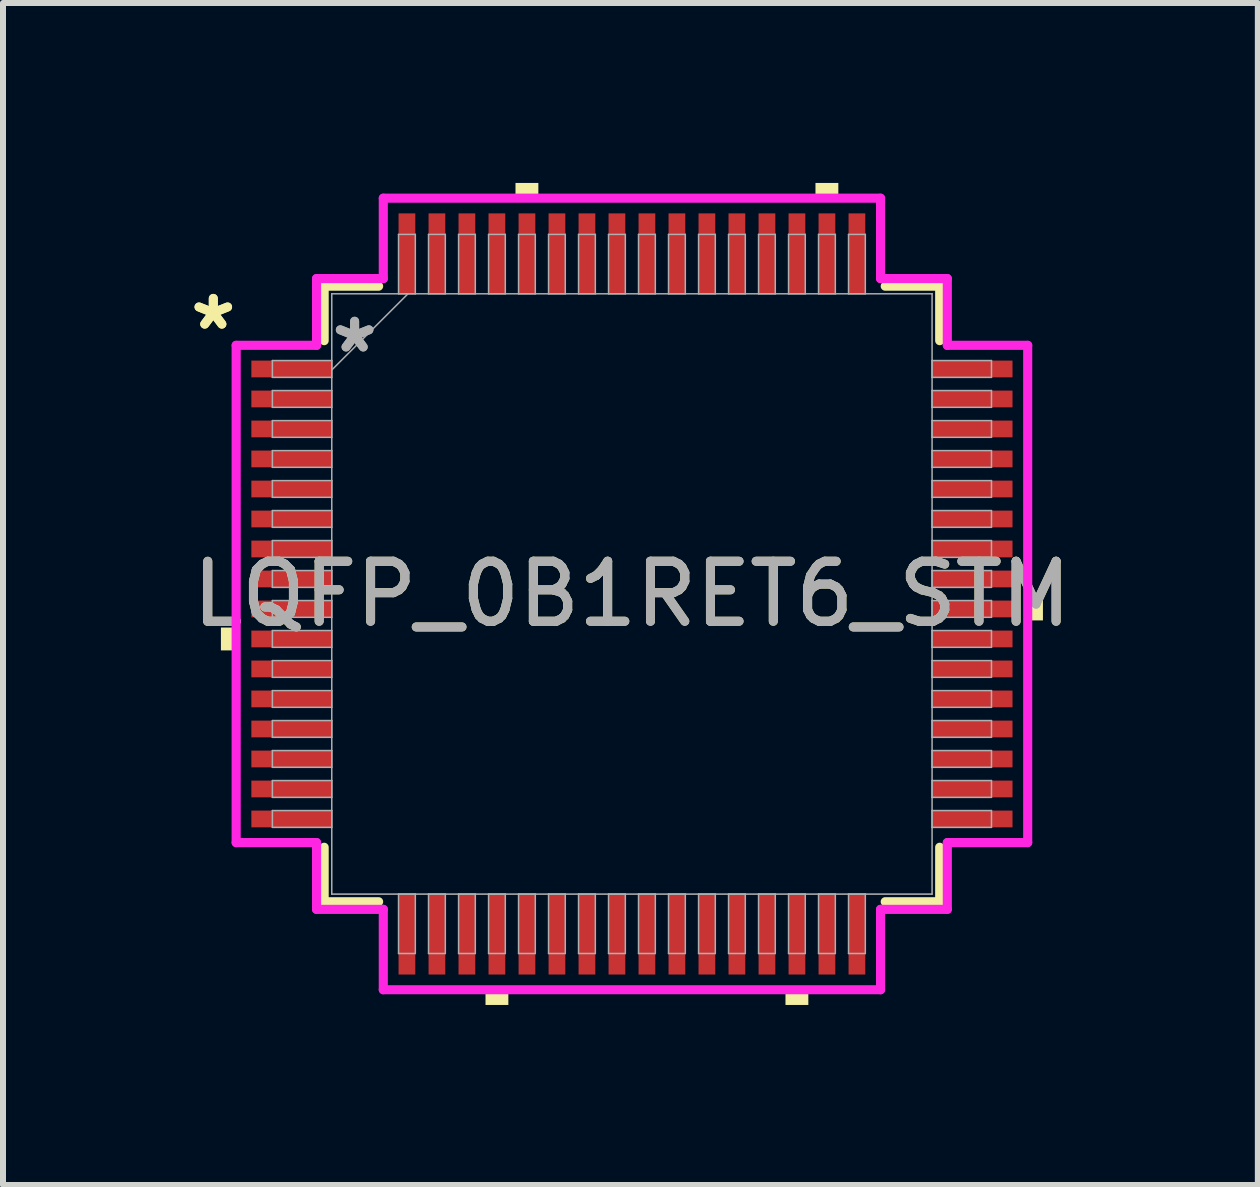
<source format=kicad_pcb>
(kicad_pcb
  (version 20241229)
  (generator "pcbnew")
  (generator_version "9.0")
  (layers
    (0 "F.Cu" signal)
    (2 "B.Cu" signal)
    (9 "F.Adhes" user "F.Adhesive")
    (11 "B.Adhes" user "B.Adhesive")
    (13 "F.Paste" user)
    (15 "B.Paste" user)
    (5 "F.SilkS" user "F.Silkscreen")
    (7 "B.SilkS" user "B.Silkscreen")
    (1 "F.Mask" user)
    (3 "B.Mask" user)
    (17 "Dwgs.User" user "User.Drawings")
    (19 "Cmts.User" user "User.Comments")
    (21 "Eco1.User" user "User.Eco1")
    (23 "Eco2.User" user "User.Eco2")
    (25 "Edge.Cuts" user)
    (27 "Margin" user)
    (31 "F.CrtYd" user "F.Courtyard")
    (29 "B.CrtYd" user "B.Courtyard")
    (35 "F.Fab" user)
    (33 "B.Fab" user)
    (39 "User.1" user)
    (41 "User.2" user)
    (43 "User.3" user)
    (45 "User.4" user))
  (footprint "LQFP_0B1RET6_STM"
    (layer "F.Cu")
    (at 7.485 6.852)
    (property "Reference" "LQFP_0B1RET6_STM" (at 0 0 0) (unlocked yes) (layer "F.SilkS") (effects (font (size 1 1) (thickness 0.15))))
    (attr smd)
    (fp_line (start -5.131 -5.131) (end -5.131 -4.223) (stroke (width 0.152) (type solid)) (layer "F.SilkS"))
    (fp_line (start -5.131 4.223) (end -5.131 5.131) (stroke (width 0.152) (type solid)) (layer "F.SilkS"))
    (fp_line (start -5.131 5.131) (end -4.223 5.131) (stroke (width 0.152) (type solid)) (layer "F.SilkS"))
    (fp_line (start -4.223 -5.131) (end -5.131 -5.131) (stroke (width 0.152) (type solid)) (layer "F.SilkS"))
    (fp_line (start 4.223 5.131) (end 5.131 5.131) (stroke (width 0.152) (type solid)) (layer "F.SilkS"))
    (fp_line (start 5.131 -5.131) (end 4.223 -5.131) (stroke (width 0.152) (type solid)) (layer "F.SilkS"))
    (fp_line (start 5.131 -4.223) (end 5.131 -5.131) (stroke (width 0.152) (type solid)) (layer "F.SilkS"))
    (fp_line (start 5.131 5.131) (end 5.131 4.223) (stroke (width 0.152) (type solid)) (layer "F.SilkS"))
    (fp_poly (pts (xy -6.852 0.56) (xy -6.852 0.941) (xy -6.598 0.941) (xy -6.598 0.56)) (stroke (width 0) (type solid)) (fill yes) (layer "F.SilkS"))
    (fp_poly (pts (xy -2.441 6.598) (xy -2.441 6.852) (xy -2.06 6.852) (xy -2.06 6.598)) (stroke (width 0) (type solid)) (fill yes) (layer "F.SilkS"))
    (fp_poly (pts (xy -1.941 -6.598) (xy -1.941 -6.852) (xy -1.56 -6.852) (xy -1.56 -6.598)) (stroke (width 0) (type solid)) (fill yes) (layer "F.SilkS"))
    (fp_poly (pts (xy 2.56 6.598) (xy 2.56 6.852) (xy 2.941 6.852) (xy 2.941 6.598)) (stroke (width 0) (type solid)) (fill yes) (layer "F.SilkS"))
    (fp_poly (pts (xy 3.06 -6.598) (xy 3.06 -6.852) (xy 3.441 -6.852) (xy 3.441 -6.598)) (stroke (width 0) (type solid)) (fill yes) (layer "F.SilkS"))
    (fp_poly (pts (xy 6.852 0.06) (xy 6.852 0.441) (xy 6.598 0.441) (xy 6.598 0.06)) (stroke (width 0) (type solid)) (fill yes) (layer "F.SilkS"))
    (fp_line (start -6.598 -4.145) (end -5.258 -4.145) (stroke (width 0.152) (type solid)) (layer "F.CrtYd"))
    (fp_line (start -6.598 4.145) (end -6.598 -4.145) (stroke (width 0.152) (type solid)) (layer "F.CrtYd"))
    (fp_line (start -5.258 -5.258) (end -4.145 -5.258) (stroke (width 0.152) (type solid)) (layer "F.CrtYd"))
    (fp_line (start -5.258 -4.145) (end -5.258 -5.258) (stroke (width 0.152) (type solid)) (layer "F.CrtYd"))
    (fp_line (start -5.258 4.145) (end -6.598 4.145) (stroke (width 0.152) (type solid)) (layer "F.CrtYd"))
    (fp_line (start -5.258 5.258) (end -5.258 4.145) (stroke (width 0.152) (type solid)) (layer "F.CrtYd"))
    (fp_line (start -5.258 5.258) (end -4.145 5.258) (stroke (width 0.152) (type solid)) (layer "F.CrtYd"))
    (fp_line (start -4.145 -6.598) (end 4.145 -6.598) (stroke (width 0.152) (type solid)) (layer "F.CrtYd"))
    (fp_line (start -4.145 -5.258) (end -4.145 -6.598) (stroke (width 0.152) (type solid)) (layer "F.CrtYd"))
    (fp_line (start -4.145 5.258) (end -4.145 6.598) (stroke (width 0.152) (type solid)) (layer "F.CrtYd"))
    (fp_line (start -4.145 6.598) (end 4.145 6.598) (stroke (width 0.152) (type solid)) (layer "F.CrtYd"))
    (fp_line (start 4.145 -6.598) (end 4.145 -5.258) (stroke (width 0.152) (type solid)) (layer "F.CrtYd"))
    (fp_line (start 4.145 -5.258) (end 5.258 -5.258) (stroke (width 0.152) (type solid)) (layer "F.CrtYd"))
    (fp_line (start 4.145 5.258) (end 5.258 5.258) (stroke (width 0.152) (type solid)) (layer "F.CrtYd"))
    (fp_line (start 4.145 6.598) (end 4.145 5.258) (stroke (width 0.152) (type solid)) (layer "F.CrtYd"))
    (fp_line (start 5.258 -4.145) (end 5.258 -5.258) (stroke (width 0.152) (type solid)) (layer "F.CrtYd"))
    (fp_line (start 5.258 4.145) (end 6.598 4.145) (stroke (width 0.152) (type solid)) (layer "F.CrtYd"))
    (fp_line (start 5.258 5.258) (end 5.258 4.145) (stroke (width 0.152) (type solid)) (layer "F.CrtYd"))
    (fp_line (start 6.598 -4.145) (end 5.258 -4.145) (stroke (width 0.152) (type solid)) (layer "F.CrtYd"))
    (fp_line (start 6.598 4.145) (end 6.598 -4.145) (stroke (width 0.152) (type solid)) (layer "F.CrtYd"))
    (fp_line (start -5.994 -3.891) (end -5.994 -3.611) (stroke (width 0.025) (type solid)) (layer "F.Fab"))
    (fp_line (start -5.994 -3.611) (end -5.004 -3.611) (stroke (width 0.025) (type solid)) (layer "F.Fab"))
    (fp_line (start -5.994 -3.391) (end -5.994 -3.111) (stroke (width 0.025) (type solid)) (layer "F.Fab"))
    (fp_line (start -5.994 -3.111) (end -5.004 -3.111) (stroke (width 0.025) (type solid)) (layer "F.Fab"))
    (fp_line (start -5.994 -2.89) (end -5.994 -2.611) (stroke (width 0.025) (type solid)) (layer "F.Fab"))
    (fp_line (start -5.994 -2.611) (end -5.004 -2.611) (stroke (width 0.025) (type solid)) (layer "F.Fab"))
    (fp_line (start -5.994 -2.39) (end -5.994 -2.111) (stroke (width 0.025) (type solid)) (layer "F.Fab"))
    (fp_line (start -5.994 -2.111) (end -5.004 -2.111) (stroke (width 0.025) (type solid)) (layer "F.Fab"))
    (fp_line (start -5.994 -1.89) (end -5.994 -1.611) (stroke (width 0.025) (type solid)) (layer "F.Fab"))
    (fp_line (start -5.994 -1.611) (end -5.004 -1.611) (stroke (width 0.025) (type solid)) (layer "F.Fab"))
    (fp_line (start -5.994 -1.39) (end -5.994 -1.111) (stroke (width 0.025) (type solid)) (layer "F.Fab"))
    (fp_line (start -5.994 -1.111) (end -5.004 -1.111) (stroke (width 0.025) (type solid)) (layer "F.Fab"))
    (fp_line (start -5.994 -0.89) (end -5.994 -0.61) (stroke (width 0.025) (type solid)) (layer "F.Fab"))
    (fp_line (start -5.994 -0.61) (end -5.004 -0.61) (stroke (width 0.025) (type solid)) (layer "F.Fab"))
    (fp_line (start -5.994 -0.39) (end -5.994 -0.11) (stroke (width 0.025) (type solid)) (layer "F.Fab"))
    (fp_line (start -5.994 -0.11) (end -5.004 -0.11) (stroke (width 0.025) (type solid)) (layer "F.Fab"))
    (fp_line (start -5.994 0.11) (end -5.994 0.39) (stroke (width 0.025) (type solid)) (layer "F.Fab"))
    (fp_line (start -5.994 0.39) (end -5.004 0.39) (stroke (width 0.025) (type solid)) (layer "F.Fab"))
    (fp_line (start -5.994 0.61) (end -5.994 0.89) (stroke (width 0.025) (type solid)) (layer "F.Fab"))
    (fp_line (start -5.994 0.89) (end -5.004 0.89) (stroke (width 0.025) (type solid)) (layer "F.Fab"))
    (fp_line (start -5.994 1.111) (end -5.994 1.39) (stroke (width 0.025) (type solid)) (layer "F.Fab"))
    (fp_line (start -5.994 1.39) (end -5.004 1.39) (stroke (width 0.025) (type solid)) (layer "F.Fab"))
    (fp_line (start -5.994 1.611) (end -5.994 1.89) (stroke (width 0.025) (type solid)) (layer "F.Fab"))
    (fp_line (start -5.994 1.89) (end -5.004 1.89) (stroke (width 0.025) (type solid)) (layer "F.Fab"))
    (fp_line (start -5.994 2.111) (end -5.994 2.39) (stroke (width 0.025) (type solid)) (layer "F.Fab"))
    (fp_line (start -5.994 2.39) (end -5.004 2.39) (stroke (width 0.025) (type solid)) (layer "F.Fab"))
    (fp_line (start -5.994 2.611) (end -5.994 2.89) (stroke (width 0.025) (type solid)) (layer "F.Fab"))
    (fp_line (start -5.994 2.89) (end -5.004 2.89) (stroke (width 0.025) (type solid)) (layer "F.Fab"))
    (fp_line (start -5.994 3.111) (end -5.994 3.391) (stroke (width 0.025) (type solid)) (layer "F.Fab"))
    (fp_line (start -5.994 3.391) (end -5.004 3.391) (stroke (width 0.025) (type solid)) (layer "F.Fab"))
    (fp_line (start -5.994 3.611) (end -5.994 3.891) (stroke (width 0.025) (type solid)) (layer "F.Fab"))
    (fp_line (start -5.994 3.891) (end -5.004 3.891) (stroke (width 0.025) (type solid)) (layer "F.Fab"))
    (fp_line (start -5.004 -5.004) (end -5.004 5.004) (stroke (width 0.025) (type solid)) (layer "F.Fab"))
    (fp_line (start -5.004 -3.891) (end -5.994 -3.891) (stroke (width 0.025) (type solid)) (layer "F.Fab"))
    (fp_line (start -5.004 -3.734) (end -3.734 -5.004) (stroke (width 0.025) (type solid)) (layer "F.Fab"))
    (fp_line (start -5.004 -3.611) (end -5.004 -3.891) (stroke (width 0.025) (type solid)) (layer "F.Fab"))
    (fp_line (start -5.004 -3.391) (end -5.994 -3.391) (stroke (width 0.025) (type solid)) (layer "F.Fab"))
    (fp_line (start -5.004 -3.111) (end -5.004 -3.391) (stroke (width 0.025) (type solid)) (layer "F.Fab"))
    (fp_line (start -5.004 -2.89) (end -5.994 -2.89) (stroke (width 0.025) (type solid)) (layer "F.Fab"))
    (fp_line (start -5.004 -2.611) (end -5.004 -2.89) (stroke (width 0.025) (type solid)) (layer "F.Fab"))
    (fp_line (start -5.004 -2.39) (end -5.994 -2.39) (stroke (width 0.025) (type solid)) (layer "F.Fab"))
    (fp_line (start -5.004 -2.111) (end -5.004 -2.39) (stroke (width 0.025) (type solid)) (layer "F.Fab"))
    (fp_line (start -5.004 -1.89) (end -5.994 -1.89) (stroke (width 0.025) (type solid)) (layer "F.Fab"))
    (fp_line (start -5.004 -1.611) (end -5.004 -1.89) (stroke (width 0.025) (type solid)) (layer "F.Fab"))
    (fp_line (start -5.004 -1.39) (end -5.994 -1.39) (stroke (width 0.025) (type solid)) (layer "F.Fab"))
    (fp_line (start -5.004 -1.111) (end -5.004 -1.39) (stroke (width 0.025) (type solid)) (layer "F.Fab"))
    (fp_line (start -5.004 -0.89) (end -5.994 -0.89) (stroke (width 0.025) (type solid)) (layer "F.Fab"))
    (fp_line (start -5.004 -0.61) (end -5.004 -0.89) (stroke (width 0.025) (type solid)) (layer "F.Fab"))
    (fp_line (start -5.004 -0.39) (end -5.994 -0.39) (stroke (width 0.025) (type solid)) (layer "F.Fab"))
    (fp_line (start -5.004 -0.11) (end -5.004 -0.39) (stroke (width 0.025) (type solid)) (layer "F.Fab"))
    (fp_line (start -5.004 0.11) (end -5.994 0.11) (stroke (width 0.025) (type solid)) (layer "F.Fab"))
    (fp_line (start -5.004 0.39) (end -5.004 0.11) (stroke (width 0.025) (type solid)) (layer "F.Fab"))
    (fp_line (start -5.004 0.61) (end -5.994 0.61) (stroke (width 0.025) (type solid)) (layer "F.Fab"))
    (fp_line (start -5.004 0.89) (end -5.004 0.61) (stroke (width 0.025) (type solid)) (layer "F.Fab"))
    (fp_line (start -5.004 1.111) (end -5.994 1.111) (stroke (width 0.025) (type solid)) (layer "F.Fab"))
    (fp_line (start -5.004 1.39) (end -5.004 1.111) (stroke (width 0.025) (type solid)) (layer "F.Fab"))
    (fp_line (start -5.004 1.611) (end -5.994 1.611) (stroke (width 0.025) (type solid)) (layer "F.Fab"))
    (fp_line (start -5.004 1.89) (end -5.004 1.611) (stroke (width 0.025) (type solid)) (layer "F.Fab"))
    (fp_line (start -5.004 2.111) (end -5.994 2.111) (stroke (width 0.025) (type solid)) (layer "F.Fab"))
    (fp_line (start -5.004 2.39) (end -5.004 2.111) (stroke (width 0.025) (type solid)) (layer "F.Fab"))
    (fp_line (start -5.004 2.611) (end -5.994 2.611) (stroke (width 0.025) (type solid)) (layer "F.Fab"))
    (fp_line (start -5.004 2.89) (end -5.004 2.611) (stroke (width 0.025) (type solid)) (layer "F.Fab"))
    (fp_line (start -5.004 3.111) (end -5.994 3.111) (stroke (width 0.025) (type solid)) (layer "F.Fab"))
    (fp_line (start -5.004 3.391) (end -5.004 3.111) (stroke (width 0.025) (type solid)) (layer "F.Fab"))
    (fp_line (start -5.004 3.611) (end -5.994 3.611) (stroke (width 0.025) (type solid)) (layer "F.Fab"))
    (fp_line (start -5.004 3.891) (end -5.004 3.611) (stroke (width 0.025) (type solid)) (layer "F.Fab"))
    (fp_line (start -5.004 5.004) (end 5.004 5.004) (stroke (width 0.025) (type solid)) (layer "F.Fab"))
    (fp_line (start -3.891 -5.994) (end -3.891 -5.004) (stroke (width 0.025) (type solid)) (layer "F.Fab"))
    (fp_line (start -3.891 -5.004) (end -3.611 -5.004) (stroke (width 0.025) (type solid)) (layer "F.Fab"))
    (fp_line (start -3.891 5.004) (end -3.891 5.994) (stroke (width 0.025) (type solid)) (layer "F.Fab"))
    (fp_line (start -3.891 5.994) (end -3.611 5.994) (stroke (width 0.025) (type solid)) (layer "F.Fab"))
    (fp_line (start -3.611 -5.994) (end -3.891 -5.994) (stroke (width 0.025) (type solid)) (layer "F.Fab"))
    (fp_line (start -3.611 -5.004) (end -3.611 -5.994) (stroke (width 0.025) (type solid)) (layer "F.Fab"))
    (fp_line (start -3.611 5.004) (end -3.891 5.004) (stroke (width 0.025) (type solid)) (layer "F.Fab"))
    (fp_line (start -3.611 5.994) (end -3.611 5.004) (stroke (width 0.025) (type solid)) (layer "F.Fab"))
    (fp_line (start -3.391 -5.994) (end -3.391 -5.004) (stroke (width 0.025) (type solid)) (layer "F.Fab"))
    (fp_line (start -3.391 -5.004) (end -3.111 -5.004) (stroke (width 0.025) (type solid)) (layer "F.Fab"))
    (fp_line (start -3.391 5.004) (end -3.391 5.994) (stroke (width 0.025) (type solid)) (layer "F.Fab"))
    (fp_line (start -3.391 5.994) (end -3.111 5.994) (stroke (width 0.025) (type solid)) (layer "F.Fab"))
    (fp_line (start -3.111 -5.994) (end -3.391 -5.994) (stroke (width 0.025) (type solid)) (layer "F.Fab"))
    (fp_line (start -3.111 -5.004) (end -3.111 -5.994) (stroke (width 0.025) (type solid)) (layer "F.Fab"))
    (fp_line (start -3.111 5.004) (end -3.391 5.004) (stroke (width 0.025) (type solid)) (layer "F.Fab"))
    (fp_line (start -3.111 5.994) (end -3.111 5.004) (stroke (width 0.025) (type solid)) (layer "F.Fab"))
    (fp_line (start -2.89 -5.994) (end -2.89 -5.004) (stroke (width 0.025) (type solid)) (layer "F.Fab"))
    (fp_line (start -2.89 -5.004) (end -2.611 -5.004) (stroke (width 0.025) (type solid)) (layer "F.Fab"))
    (fp_line (start -2.89 5.004) (end -2.89 5.994) (stroke (width 0.025) (type solid)) (layer "F.Fab"))
    (fp_line (start -2.89 5.994) (end -2.611 5.994) (stroke (width 0.025) (type solid)) (layer "F.Fab"))
    (fp_line (start -2.611 -5.994) (end -2.89 -5.994) (stroke (width 0.025) (type solid)) (layer "F.Fab"))
    (fp_line (start -2.611 -5.004) (end -2.611 -5.994) (stroke (width 0.025) (type solid)) (layer "F.Fab"))
    (fp_line (start -2.611 5.004) (end -2.89 5.004) (stroke (width 0.025) (type solid)) (layer "F.Fab"))
    (fp_line (start -2.611 5.994) (end -2.611 5.004) (stroke (width 0.025) (type solid)) (layer "F.Fab"))
    (fp_line (start -2.39 -5.994) (end -2.39 -5.004) (stroke (width 0.025) (type solid)) (layer "F.Fab"))
    (fp_line (start -2.39 -5.004) (end -2.111 -5.004) (stroke (width 0.025) (type solid)) (layer "F.Fab"))
    (fp_line (start -2.39 5.004) (end -2.39 5.994) (stroke (width 0.025) (type solid)) (layer "F.Fab"))
    (fp_line (start -2.39 5.994) (end -2.111 5.994) (stroke (width 0.025) (type solid)) (layer "F.Fab"))
    (fp_line (start -2.111 -5.994) (end -2.39 -5.994) (stroke (width 0.025) (type solid)) (layer "F.Fab"))
    (fp_line (start -2.111 -5.004) (end -2.111 -5.994) (stroke (width 0.025) (type solid)) (layer "F.Fab"))
    (fp_line (start -2.111 5.004) (end -2.39 5.004) (stroke (width 0.025) (type solid)) (layer "F.Fab"))
    (fp_line (start -2.111 5.994) (end -2.111 5.004) (stroke (width 0.025) (type solid)) (layer "F.Fab"))
    (fp_line (start -1.89 -5.994) (end -1.89 -5.004) (stroke (width 0.025) (type solid)) (layer "F.Fab"))
    (fp_line (start -1.89 -5.004) (end -1.611 -5.004) (stroke (width 0.025) (type solid)) (layer "F.Fab"))
    (fp_line (start -1.89 5.004) (end -1.89 5.994) (stroke (width 0.025) (type solid)) (layer "F.Fab"))
    (fp_line (start -1.89 5.994) (end -1.611 5.994) (stroke (width 0.025) (type solid)) (layer "F.Fab"))
    (fp_line (start -1.611 -5.994) (end -1.89 -5.994) (stroke (width 0.025) (type solid)) (layer "F.Fab"))
    (fp_line (start -1.611 -5.004) (end -1.611 -5.994) (stroke (width 0.025) (type solid)) (layer "F.Fab"))
    (fp_line (start -1.611 5.004) (end -1.89 5.004) (stroke (width 0.025) (type solid)) (layer "F.Fab"))
    (fp_line (start -1.611 5.994) (end -1.611 5.004) (stroke (width 0.025) (type solid)) (layer "F.Fab"))
    (fp_line (start -1.39 -5.994) (end -1.39 -5.004) (stroke (width 0.025) (type solid)) (layer "F.Fab"))
    (fp_line (start -1.39 -5.004) (end -1.111 -5.004) (stroke (width 0.025) (type solid)) (layer "F.Fab"))
    (fp_line (start -1.39 5.004) (end -1.39 5.994) (stroke (width 0.025) (type solid)) (layer "F.Fab"))
    (fp_line (start -1.39 5.994) (end -1.111 5.994) (stroke (width 0.025) (type solid)) (layer "F.Fab"))
    (fp_line (start -1.111 -5.994) (end -1.39 -5.994) (stroke (width 0.025) (type solid)) (layer "F.Fab"))
    (fp_line (start -1.111 -5.004) (end -1.111 -5.994) (stroke (width 0.025) (type solid)) (layer "F.Fab"))
    (fp_line (start -1.111 5.004) (end -1.39 5.004) (stroke (width 0.025) (type solid)) (layer "F.Fab"))
    (fp_line (start -1.111 5.994) (end -1.111 5.004) (stroke (width 0.025) (type solid)) (layer "F.Fab"))
    (fp_line (start -0.89 -5.994) (end -0.89 -5.004) (stroke (width 0.025) (type solid)) (layer "F.Fab"))
    (fp_line (start -0.89 -5.004) (end -0.61 -5.004) (stroke (width 0.025) (type solid)) (layer "F.Fab"))
    (fp_line (start -0.89 5.004) (end -0.89 5.994) (stroke (width 0.025) (type solid)) (layer "F.Fab"))
    (fp_line (start -0.89 5.994) (end -0.61 5.994) (stroke (width 0.025) (type solid)) (layer "F.Fab"))
    (fp_line (start -0.61 -5.994) (end -0.89 -5.994) (stroke (width 0.025) (type solid)) (layer "F.Fab"))
    (fp_line (start -0.61 -5.004) (end -0.61 -5.994) (stroke (width 0.025) (type solid)) (layer "F.Fab"))
    (fp_line (start -0.61 5.004) (end -0.89 5.004) (stroke (width 0.025) (type solid)) (layer "F.Fab"))
    (fp_line (start -0.61 5.994) (end -0.61 5.004) (stroke (width 0.025) (type solid)) (layer "F.Fab"))
    (fp_line (start -0.39 -5.994) (end -0.39 -5.004) (stroke (width 0.025) (type solid)) (layer "F.Fab"))
    (fp_line (start -0.39 -5.004) (end -0.11 -5.004) (stroke (width 0.025) (type solid)) (layer "F.Fab"))
    (fp_line (start -0.39 5.004) (end -0.39 5.994) (stroke (width 0.025) (type solid)) (layer "F.Fab"))
    (fp_line (start -0.39 5.994) (end -0.11 5.994) (stroke (width 0.025) (type solid)) (layer "F.Fab"))
    (fp_line (start -0.11 -5.994) (end -0.39 -5.994) (stroke (width 0.025) (type solid)) (layer "F.Fab"))
    (fp_line (start -0.11 -5.004) (end -0.11 -5.994) (stroke (width 0.025) (type solid)) (layer "F.Fab"))
    (fp_line (start -0.11 5.004) (end -0.39 5.004) (stroke (width 0.025) (type solid)) (layer "F.Fab"))
    (fp_line (start -0.11 5.994) (end -0.11 5.004) (stroke (width 0.025) (type solid)) (layer "F.Fab"))
    (fp_line (start 0.11 -5.994) (end 0.11 -5.004) (stroke (width 0.025) (type solid)) (layer "F.Fab"))
    (fp_line (start 0.11 -5.004) (end 0.39 -5.004) (stroke (width 0.025) (type solid)) (layer "F.Fab"))
    (fp_line (start 0.11 5.004) (end 0.11 5.994) (stroke (width 0.025) (type solid)) (layer "F.Fab"))
    (fp_line (start 0.11 5.994) (end 0.39 5.994) (stroke (width 0.025) (type solid)) (layer "F.Fab"))
    (fp_line (start 0.39 -5.994) (end 0.11 -5.994) (stroke (width 0.025) (type solid)) (layer "F.Fab"))
    (fp_line (start 0.39 -5.004) (end 0.39 -5.994) (stroke (width 0.025) (type solid)) (layer "F.Fab"))
    (fp_line (start 0.39 5.004) (end 0.11 5.004) (stroke (width 0.025) (type solid)) (layer "F.Fab"))
    (fp_line (start 0.39 5.994) (end 0.39 5.004) (stroke (width 0.025) (type solid)) (layer "F.Fab"))
    (fp_line (start 0.61 -5.994) (end 0.61 -5.004) (stroke (width 0.025) (type solid)) (layer "F.Fab"))
    (fp_line (start 0.61 -5.004) (end 0.89 -5.004) (stroke (width 0.025) (type solid)) (layer "F.Fab"))
    (fp_line (start 0.61 5.004) (end 0.61 5.994) (stroke (width 0.025) (type solid)) (layer "F.Fab"))
    (fp_line (start 0.61 5.994) (end 0.89 5.994) (stroke (width 0.025) (type solid)) (layer "F.Fab"))
    (fp_line (start 0.89 -5.994) (end 0.61 -5.994) (stroke (width 0.025) (type solid)) (layer "F.Fab"))
    (fp_line (start 0.89 -5.004) (end 0.89 -5.994) (stroke (width 0.025) (type solid)) (layer "F.Fab"))
    (fp_line (start 0.89 5.004) (end 0.61 5.004) (stroke (width 0.025) (type solid)) (layer "F.Fab"))
    (fp_line (start 0.89 5.994) (end 0.89 5.004) (stroke (width 0.025) (type solid)) (layer "F.Fab"))
    (fp_line (start 1.111 -5.994) (end 1.111 -5.004) (stroke (width 0.025) (type solid)) (layer "F.Fab"))
    (fp_line (start 1.111 -5.004) (end 1.39 -5.004) (stroke (width 0.025) (type solid)) (layer "F.Fab"))
    (fp_line (start 1.111 5.004) (end 1.111 5.994) (stroke (width 0.025) (type solid)) (layer "F.Fab"))
    (fp_line (start 1.111 5.994) (end 1.39 5.994) (stroke (width 0.025) (type solid)) (layer "F.Fab"))
    (fp_line (start 1.39 -5.994) (end 1.111 -5.994) (stroke (width 0.025) (type solid)) (layer "F.Fab"))
    (fp_line (start 1.39 -5.004) (end 1.39 -5.994) (stroke (width 0.025) (type solid)) (layer "F.Fab"))
    (fp_line (start 1.39 5.004) (end 1.111 5.004) (stroke (width 0.025) (type solid)) (layer "F.Fab"))
    (fp_line (start 1.39 5.994) (end 1.39 5.004) (stroke (width 0.025) (type solid)) (layer "F.Fab"))
    (fp_line (start 1.611 -5.994) (end 1.611 -5.004) (stroke (width 0.025) (type solid)) (layer "F.Fab"))
    (fp_line (start 1.611 -5.004) (end 1.89 -5.004) (stroke (width 0.025) (type solid)) (layer "F.Fab"))
    (fp_line (start 1.611 5.004) (end 1.611 5.994) (stroke (width 0.025) (type solid)) (layer "F.Fab"))
    (fp_line (start 1.611 5.994) (end 1.89 5.994) (stroke (width 0.025) (type solid)) (layer "F.Fab"))
    (fp_line (start 1.89 -5.994) (end 1.611 -5.994) (stroke (width 0.025) (type solid)) (layer "F.Fab"))
    (fp_line (start 1.89 -5.004) (end 1.89 -5.994) (stroke (width 0.025) (type solid)) (layer "F.Fab"))
    (fp_line (start 1.89 5.004) (end 1.611 5.004) (stroke (width 0.025) (type solid)) (layer "F.Fab"))
    (fp_line (start 1.89 5.994) (end 1.89 5.004) (stroke (width 0.025) (type solid)) (layer "F.Fab"))
    (fp_line (start 2.111 -5.994) (end 2.111 -5.004) (stroke (width 0.025) (type solid)) (layer "F.Fab"))
    (fp_line (start 2.111 -5.004) (end 2.39 -5.004) (stroke (width 0.025) (type solid)) (layer "F.Fab"))
    (fp_line (start 2.111 5.004) (end 2.111 5.994) (stroke (width 0.025) (type solid)) (layer "F.Fab"))
    (fp_line (start 2.111 5.994) (end 2.39 5.994) (stroke (width 0.025) (type solid)) (layer "F.Fab"))
    (fp_line (start 2.39 -5.994) (end 2.111 -5.994) (stroke (width 0.025) (type solid)) (layer "F.Fab"))
    (fp_line (start 2.39 -5.004) (end 2.39 -5.994) (stroke (width 0.025) (type solid)) (layer "F.Fab"))
    (fp_line (start 2.39 5.004) (end 2.111 5.004) (stroke (width 0.025) (type solid)) (layer "F.Fab"))
    (fp_line (start 2.39 5.994) (end 2.39 5.004) (stroke (width 0.025) (type solid)) (layer "F.Fab"))
    (fp_line (start 2.611 -5.994) (end 2.611 -5.004) (stroke (width 0.025) (type solid)) (layer "F.Fab"))
    (fp_line (start 2.611 -5.004) (end 2.89 -5.004) (stroke (width 0.025) (type solid)) (layer "F.Fab"))
    (fp_line (start 2.611 5.004) (end 2.611 5.994) (stroke (width 0.025) (type solid)) (layer "F.Fab"))
    (fp_line (start 2.611 5.994) (end 2.89 5.994) (stroke (width 0.025) (type solid)) (layer "F.Fab"))
    (fp_line (start 2.89 -5.994) (end 2.611 -5.994) (stroke (width 0.025) (type solid)) (layer "F.Fab"))
    (fp_line (start 2.89 -5.004) (end 2.89 -5.994) (stroke (width 0.025) (type solid)) (layer "F.Fab"))
    (fp_line (start 2.89 5.004) (end 2.611 5.004) (stroke (width 0.025) (type solid)) (layer "F.Fab"))
    (fp_line (start 2.89 5.994) (end 2.89 5.004) (stroke (width 0.025) (type solid)) (layer "F.Fab"))
    (fp_line (start 3.111 -5.994) (end 3.111 -5.004) (stroke (width 0.025) (type solid)) (layer "F.Fab"))
    (fp_line (start 3.111 -5.004) (end 3.391 -5.004) (stroke (width 0.025) (type solid)) (layer "F.Fab"))
    (fp_line (start 3.111 5.004) (end 3.111 5.994) (stroke (width 0.025) (type solid)) (layer "F.Fab"))
    (fp_line (start 3.111 5.994) (end 3.391 5.994) (stroke (width 0.025) (type solid)) (layer "F.Fab"))
    (fp_line (start 3.391 -5.994) (end 3.111 -5.994) (stroke (width 0.025) (type solid)) (layer "F.Fab"))
    (fp_line (start 3.391 -5.004) (end 3.391 -5.994) (stroke (width 0.025) (type solid)) (layer "F.Fab"))
    (fp_line (start 3.391 5.004) (end 3.111 5.004) (stroke (width 0.025) (type solid)) (layer "F.Fab"))
    (fp_line (start 3.391 5.994) (end 3.391 5.004) (stroke (width 0.025) (type solid)) (layer "F.Fab"))
    (fp_line (start 3.611 -5.994) (end 3.611 -5.004) (stroke (width 0.025) (type solid)) (layer "F.Fab"))
    (fp_line (start 3.611 -5.004) (end 3.891 -5.004) (stroke (width 0.025) (type solid)) (layer "F.Fab"))
    (fp_line (start 3.611 5.004) (end 3.611 5.994) (stroke (width 0.025) (type solid)) (layer "F.Fab"))
    (fp_line (start 3.611 5.994) (end 3.891 5.994) (stroke (width 0.025) (type solid)) (layer "F.Fab"))
    (fp_line (start 3.891 -5.994) (end 3.611 -5.994) (stroke (width 0.025) (type solid)) (layer "F.Fab"))
    (fp_line (start 3.891 -5.004) (end 3.891 -5.994) (stroke (width 0.025) (type solid)) (layer "F.Fab"))
    (fp_line (start 3.891 5.004) (end 3.611 5.004) (stroke (width 0.025) (type solid)) (layer "F.Fab"))
    (fp_line (start 3.891 5.994) (end 3.891 5.004) (stroke (width 0.025) (type solid)) (layer "F.Fab"))
    (fp_line (start 5.004 -5.004) (end -5.004 -5.004) (stroke (width 0.025) (type solid)) (layer "F.Fab"))
    (fp_line (start 5.004 -3.891) (end 5.004 -3.611) (stroke (width 0.025) (type solid)) (layer "F.Fab"))
    (fp_line (start 5.004 -3.611) (end 5.994 -3.611) (stroke (width 0.025) (type solid)) (layer "F.Fab"))
    (fp_line (start 5.004 -3.391) (end 5.004 -3.111) (stroke (width 0.025) (type solid)) (layer "F.Fab"))
    (fp_line (start 5.004 -3.111) (end 5.994 -3.111) (stroke (width 0.025) (type solid)) (layer "F.Fab"))
    (fp_line (start 5.004 -2.89) (end 5.004 -2.611) (stroke (width 0.025) (type solid)) (layer "F.Fab"))
    (fp_line (start 5.004 -2.611) (end 5.994 -2.611) (stroke (width 0.025) (type solid)) (layer "F.Fab"))
    (fp_line (start 5.004 -2.39) (end 5.004 -2.111) (stroke (width 0.025) (type solid)) (layer "F.Fab"))
    (fp_line (start 5.004 -2.111) (end 5.994 -2.111) (stroke (width 0.025) (type solid)) (layer "F.Fab"))
    (fp_line (start 5.004 -1.89) (end 5.004 -1.611) (stroke (width 0.025) (type solid)) (layer "F.Fab"))
    (fp_line (start 5.004 -1.611) (end 5.994 -1.611) (stroke (width 0.025) (type solid)) (layer "F.Fab"))
    (fp_line (start 5.004 -1.39) (end 5.004 -1.111) (stroke (width 0.025) (type solid)) (layer "F.Fab"))
    (fp_line (start 5.004 -1.111) (end 5.994 -1.111) (stroke (width 0.025) (type solid)) (layer "F.Fab"))
    (fp_line (start 5.004 -0.89) (end 5.004 -0.61) (stroke (width 0.025) (type solid)) (layer "F.Fab"))
    (fp_line (start 5.004 -0.61) (end 5.994 -0.61) (stroke (width 0.025) (type solid)) (layer "F.Fab"))
    (fp_line (start 5.004 -0.39) (end 5.004 -0.11) (stroke (width 0.025) (type solid)) (layer "F.Fab"))
    (fp_line (start 5.004 -0.11) (end 5.994 -0.11) (stroke (width 0.025) (type solid)) (layer "F.Fab"))
    (fp_line (start 5.004 0.11) (end 5.004 0.39) (stroke (width 0.025) (type solid)) (layer "F.Fab"))
    (fp_line (start 5.004 0.39) (end 5.994 0.39) (stroke (width 0.025) (type solid)) (layer "F.Fab"))
    (fp_line (start 5.004 0.61) (end 5.004 0.89) (stroke (width 0.025) (type solid)) (layer "F.Fab"))
    (fp_line (start 5.004 0.89) (end 5.994 0.89) (stroke (width 0.025) (type solid)) (layer "F.Fab"))
    (fp_line (start 5.004 1.111) (end 5.004 1.39) (stroke (width 0.025) (type solid)) (layer "F.Fab"))
    (fp_line (start 5.004 1.39) (end 5.994 1.39) (stroke (width 0.025) (type solid)) (layer "F.Fab"))
    (fp_line (start 5.004 1.611) (end 5.004 1.89) (stroke (width 0.025) (type solid)) (layer "F.Fab"))
    (fp_line (start 5.004 1.89) (end 5.994 1.89) (stroke (width 0.025) (type solid)) (layer "F.Fab"))
    (fp_line (start 5.004 2.111) (end 5.004 2.39) (stroke (width 0.025) (type solid)) (layer "F.Fab"))
    (fp_line (start 5.004 2.39) (end 5.994 2.39) (stroke (width 0.025) (type solid)) (layer "F.Fab"))
    (fp_line (start 5.004 2.611) (end 5.004 2.89) (stroke (width 0.025) (type solid)) (layer "F.Fab"))
    (fp_line (start 5.004 2.89) (end 5.994 2.89) (stroke (width 0.025) (type solid)) (layer "F.Fab"))
    (fp_line (start 5.004 3.111) (end 5.004 3.391) (stroke (width 0.025) (type solid)) (layer "F.Fab"))
    (fp_line (start 5.004 3.391) (end 5.994 3.391) (stroke (width 0.025) (type solid)) (layer "F.Fab"))
    (fp_line (start 5.004 3.611) (end 5.004 3.891) (stroke (width 0.025) (type solid)) (layer "F.Fab"))
    (fp_line (start 5.004 3.891) (end 5.994 3.891) (stroke (width 0.025) (type solid)) (layer "F.Fab"))
    (fp_line (start 5.004 5.004) (end 5.004 -5.004) (stroke (width 0.025) (type solid)) (layer "F.Fab"))
    (fp_line (start 5.994 -3.891) (end 5.004 -3.891) (stroke (width 0.025) (type solid)) (layer "F.Fab"))
    (fp_line (start 5.994 -3.611) (end 5.994 -3.891) (stroke (width 0.025) (type solid)) (layer "F.Fab"))
    (fp_line (start 5.994 -3.391) (end 5.004 -3.391) (stroke (width 0.025) (type solid)) (layer "F.Fab"))
    (fp_line (start 5.994 -3.111) (end 5.994 -3.391) (stroke (width 0.025) (type solid)) (layer "F.Fab"))
    (fp_line (start 5.994 -2.89) (end 5.004 -2.89) (stroke (width 0.025) (type solid)) (layer "F.Fab"))
    (fp_line (start 5.994 -2.611) (end 5.994 -2.89) (stroke (width 0.025) (type solid)) (layer "F.Fab"))
    (fp_line (start 5.994 -2.39) (end 5.004 -2.39) (stroke (width 0.025) (type solid)) (layer "F.Fab"))
    (fp_line (start 5.994 -2.111) (end 5.994 -2.39) (stroke (width 0.025) (type solid)) (layer "F.Fab"))
    (fp_line (start 5.994 -1.89) (end 5.004 -1.89) (stroke (width 0.025) (type solid)) (layer "F.Fab"))
    (fp_line (start 5.994 -1.611) (end 5.994 -1.89) (stroke (width 0.025) (type solid)) (layer "F.Fab"))
    (fp_line (start 5.994 -1.39) (end 5.004 -1.39) (stroke (width 0.025) (type solid)) (layer "F.Fab"))
    (fp_line (start 5.994 -1.111) (end 5.994 -1.39) (stroke (width 0.025) (type solid)) (layer "F.Fab"))
    (fp_line (start 5.994 -0.89) (end 5.004 -0.89) (stroke (width 0.025) (type solid)) (layer "F.Fab"))
    (fp_line (start 5.994 -0.61) (end 5.994 -0.89) (stroke (width 0.025) (type solid)) (layer "F.Fab"))
    (fp_line (start 5.994 -0.39) (end 5.004 -0.39) (stroke (width 0.025) (type solid)) (layer "F.Fab"))
    (fp_line (start 5.994 -0.11) (end 5.994 -0.39) (stroke (width 0.025) (type solid)) (layer "F.Fab"))
    (fp_line (start 5.994 0.11) (end 5.004 0.11) (stroke (width 0.025) (type solid)) (layer "F.Fab"))
    (fp_line (start 5.994 0.39) (end 5.994 0.11) (stroke (width 0.025) (type solid)) (layer "F.Fab"))
    (fp_line (start 5.994 0.61) (end 5.004 0.61) (stroke (width 0.025) (type solid)) (layer "F.Fab"))
    (fp_line (start 5.994 0.89) (end 5.994 0.61) (stroke (width 0.025) (type solid)) (layer "F.Fab"))
    (fp_line (start 5.994 1.111) (end 5.004 1.111) (stroke (width 0.025) (type solid)) (layer "F.Fab"))
    (fp_line (start 5.994 1.39) (end 5.994 1.111) (stroke (width 0.025) (type solid)) (layer "F.Fab"))
    (fp_line (start 5.994 1.611) (end 5.004 1.611) (stroke (width 0.025) (type solid)) (layer "F.Fab"))
    (fp_line (start 5.994 1.89) (end 5.994 1.611) (stroke (width 0.025) (type solid)) (layer "F.Fab"))
    (fp_line (start 5.994 2.111) (end 5.004 2.111) (stroke (width 0.025) (type solid)) (layer "F.Fab"))
    (fp_line (start 5.994 2.39) (end 5.994 2.111) (stroke (width 0.025) (type solid)) (layer "F.Fab"))
    (fp_line (start 5.994 2.611) (end 5.004 2.611) (stroke (width 0.025) (type solid)) (layer "F.Fab"))
    (fp_line (start 5.994 2.89) (end 5.994 2.611) (stroke (width 0.025) (type solid)) (layer "F.Fab"))
    (fp_line (start 5.994 3.111) (end 5.004 3.111) (stroke (width 0.025) (type solid)) (layer "F.Fab"))
    (fp_line (start 5.994 3.391) (end 5.994 3.111) (stroke (width 0.025) (type solid)) (layer "F.Fab"))
    (fp_line (start 5.994 3.611) (end 5.004 3.611) (stroke (width 0.025) (type solid)) (layer "F.Fab"))
    (fp_line (start 5.994 3.891) (end 5.994 3.611) (stroke (width 0.025) (type solid)) (layer "F.Fab"))
    (fp_text user "*" (at -6.979 -4.382 0) (unlocked yes) (layer "F.SilkS") (effects (font (size 1 1) (thickness 0.15))))
    (fp_text user "*" (at -6.979 -4.382 0) (layer "F.SilkS") (effects (font (size 1 1) (thickness 0.15))))
    (fp_text user "${REFERENCE}" (at 0 0 0) (unlocked yes) (layer "F.Fab") (effects (font (size 1 1) (thickness 0.15))))
    (fp_text user "*" (at -4.623 -4.001 0) (unlocked yes) (layer "F.Fab") (effects (font (size 1 1) (thickness 0.15))))
    (fp_text user "*" (at -4.623 -4.001 0) (layer "F.Fab") (effects (font (size 1 1) (thickness 0.15))))
    (pad "1" smd rect (at -5.674 -3.751 90) (size 0.279 1.341) (layers "F.Cu" "F.Mask" "F.Paste"))
    (pad "2" smd rect (at -5.674 -3.251 90) (size 0.279 1.341) (layers "F.Cu" "F.Mask" "F.Paste"))
    (pad "3" smd rect (at -5.674 -2.751 90) (size 0.279 1.341) (layers "F.Cu" "F.Mask" "F.Paste"))
    (pad "4" smd rect (at -5.674 -2.251 90) (size 0.279 1.341) (layers "F.Cu" "F.Mask" "F.Paste"))
    (pad "5" smd rect (at -5.674 -1.75 90) (size 0.279 1.341) (layers "F.Cu" "F.Mask" "F.Paste"))
    (pad "6" smd rect (at -5.674 -1.25 90) (size 0.279 1.341) (layers "F.Cu" "F.Mask" "F.Paste"))
    (pad "7" smd rect (at -5.674 -0.75 90) (size 0.279 1.341) (layers "F.Cu" "F.Mask" "F.Paste"))
    (pad "8" smd rect (at -5.674 -0.25 90) (size 0.279 1.341) (layers "F.Cu" "F.Mask" "F.Paste"))
    (pad "9" smd rect (at -5.674 0.25 90) (size 0.279 1.341) (layers "F.Cu" "F.Mask" "F.Paste"))
    (pad "10" smd rect (at -5.674 0.75 90) (size 0.279 1.341) (layers "F.Cu" "F.Mask" "F.Paste"))
    (pad "11" smd rect (at -5.674 1.25 90) (size 0.279 1.341) (layers "F.Cu" "F.Mask" "F.Paste"))
    (pad "12" smd rect (at -5.674 1.75 90) (size 0.279 1.341) (layers "F.Cu" "F.Mask" "F.Paste"))
    (pad "13" smd rect (at -5.674 2.251 90) (size 0.279 1.341) (layers "F.Cu" "F.Mask" "F.Paste"))
    (pad "14" smd rect (at -5.674 2.751 90) (size 0.279 1.341) (layers "F.Cu" "F.Mask" "F.Paste"))
    (pad "15" smd rect (at -5.674 3.251 90) (size 0.279 1.341) (layers "F.Cu" "F.Mask" "F.Paste"))
    (pad "16" smd rect (at -5.674 3.751 90) (size 0.279 1.341) (layers "F.Cu" "F.Mask" "F.Paste"))
    (pad "17" smd rect (at -3.751 5.674) (size 0.279 1.341) (layers "F.Cu" "F.Mask" "F.Paste"))
    (pad "18" smd rect (at -3.251 5.674) (size 0.279 1.341) (layers "F.Cu" "F.Mask" "F.Paste"))
    (pad "19" smd rect (at -2.751 5.674) (size 0.279 1.341) (layers "F.Cu" "F.Mask" "F.Paste"))
    (pad "20" smd rect (at -2.251 5.674) (size 0.279 1.341) (layers "F.Cu" "F.Mask" "F.Paste"))
    (pad "21" smd rect (at -1.75 5.674) (size 0.279 1.341) (layers "F.Cu" "F.Mask" "F.Paste"))
    (pad "22" smd rect (at -1.25 5.674) (size 0.279 1.341) (layers "F.Cu" "F.Mask" "F.Paste"))
    (pad "23" smd rect (at -0.75 5.674) (size 0.279 1.341) (layers "F.Cu" "F.Mask" "F.Paste"))
    (pad "24" smd rect (at -0.25 5.674) (size 0.279 1.341) (layers "F.Cu" "F.Mask" "F.Paste"))
    (pad "25" smd rect (at 0.25 5.674) (size 0.279 1.341) (layers "F.Cu" "F.Mask" "F.Paste"))
    (pad "26" smd rect (at 0.75 5.674) (size 0.279 1.341) (layers "F.Cu" "F.Mask" "F.Paste"))
    (pad "27" smd rect (at 1.25 5.674) (size 0.279 1.341) (layers "F.Cu" "F.Mask" "F.Paste"))
    (pad "28" smd rect (at 1.75 5.674) (size 0.279 1.341) (layers "F.Cu" "F.Mask" "F.Paste"))
    (pad "29" smd rect (at 2.251 5.674) (size 0.279 1.341) (layers "F.Cu" "F.Mask" "F.Paste"))
    (pad "30" smd rect (at 2.751 5.674) (size 0.279 1.341) (layers "F.Cu" "F.Mask" "F.Paste"))
    (pad "31" smd rect (at 3.251 5.674) (size 0.279 1.341) (layers "F.Cu" "F.Mask" "F.Paste"))
    (pad "32" smd rect (at 3.751 5.674) (size 0.279 1.341) (layers "F.Cu" "F.Mask" "F.Paste"))
    (pad "33" smd rect (at 5.674 3.751 90) (size 0.279 1.341) (layers "F.Cu" "F.Mask" "F.Paste"))
    (pad "34" smd rect (at 5.674 3.251 90) (size 0.279 1.341) (layers "F.Cu" "F.Mask" "F.Paste"))
    (pad "35" smd rect (at 5.674 2.751 90) (size 0.279 1.341) (layers "F.Cu" "F.Mask" "F.Paste"))
    (pad "36" smd rect (at 5.674 2.251 90) (size 0.279 1.341) (layers "F.Cu" "F.Mask" "F.Paste"))
    (pad "37" smd rect (at 5.674 1.75 90) (size 0.279 1.341) (layers "F.Cu" "F.Mask" "F.Paste"))
    (pad "38" smd rect (at 5.674 1.25 90) (size 0.279 1.341) (layers "F.Cu" "F.Mask" "F.Paste"))
    (pad "39" smd rect (at 5.674 0.75 90) (size 0.279 1.341) (layers "F.Cu" "F.Mask" "F.Paste"))
    (pad "40" smd rect (at 5.674 0.25 90) (size 0.279 1.341) (layers "F.Cu" "F.Mask" "F.Paste"))
    (pad "41" smd rect (at 5.674 -0.25 90) (size 0.279 1.341) (layers "F.Cu" "F.Mask" "F.Paste"))
    (pad "42" smd rect (at 5.674 -0.75 90) (size 0.279 1.341) (layers "F.Cu" "F.Mask" "F.Paste"))
    (pad "43" smd rect (at 5.674 -1.25 90) (size 0.279 1.341) (layers "F.Cu" "F.Mask" "F.Paste"))
    (pad "44" smd rect (at 5.674 -1.75 90) (size 0.279 1.341) (layers "F.Cu" "F.Mask" "F.Paste"))
    (pad "45" smd rect (at 5.674 -2.251 90) (size 0.279 1.341) (layers "F.Cu" "F.Mask" "F.Paste"))
    (pad "46" smd rect (at 5.674 -2.751 90) (size 0.279 1.341) (layers "F.Cu" "F.Mask" "F.Paste"))
    (pad "47" smd rect (at 5.674 -3.251 90) (size 0.279 1.341) (layers "F.Cu" "F.Mask" "F.Paste"))
    (pad "48" smd rect (at 5.674 -3.751 90) (size 0.279 1.341) (layers "F.Cu" "F.Mask" "F.Paste"))
    (pad "49" smd rect (at 3.751 -5.674) (size 0.279 1.341) (layers "F.Cu" "F.Mask" "F.Paste"))
    (pad "50" smd rect (at 3.251 -5.674) (size 0.279 1.341) (layers "F.Cu" "F.Mask" "F.Paste"))
    (pad "51" smd rect (at 2.751 -5.674) (size 0.279 1.341) (layers "F.Cu" "F.Mask" "F.Paste"))
    (pad "52" smd rect (at 2.251 -5.674) (size 0.279 1.341) (layers "F.Cu" "F.Mask" "F.Paste"))
    (pad "53" smd rect (at 1.75 -5.674) (size 0.279 1.341) (layers "F.Cu" "F.Mask" "F.Paste"))
    (pad "54" smd rect (at 1.25 -5.674) (size 0.279 1.341) (layers "F.Cu" "F.Mask" "F.Paste"))
    (pad "55" smd rect (at 0.75 -5.674) (size 0.279 1.341) (layers "F.Cu" "F.Mask" "F.Paste"))
    (pad "56" smd rect (at 0.25 -5.674) (size 0.279 1.341) (layers "F.Cu" "F.Mask" "F.Paste"))
    (pad "57" smd rect (at -0.25 -5.674) (size 0.279 1.341) (layers "F.Cu" "F.Mask" "F.Paste"))
    (pad "58" smd rect (at -0.75 -5.674) (size 0.279 1.341) (layers "F.Cu" "F.Mask" "F.Paste"))
    (pad "59" smd rect (at -1.25 -5.674) (size 0.279 1.341) (layers "F.Cu" "F.Mask" "F.Paste"))
    (pad "60" smd rect (at -1.75 -5.674) (size 0.279 1.341) (layers "F.Cu" "F.Mask" "F.Paste"))
    (pad "61" smd rect (at -2.251 -5.674) (size 0.279 1.341) (layers "F.Cu" "F.Mask" "F.Paste"))
    (pad "62" smd rect (at -2.751 -5.674) (size 0.279 1.341) (layers "F.Cu" "F.Mask" "F.Paste"))
    (pad "63" smd rect (at -3.251 -5.674) (size 0.279 1.341) (layers "F.Cu" "F.Mask" "F.Paste"))
    (pad "64" smd rect (at -3.751 -5.674) (size 0.279 1.341) (layers "F.Cu" "F.Mask" "F.Paste")))
  (gr_rect
    (start -3 -3)
    (end 17.92 16.705)
    (stroke (width 0.1) (type default))
    (fill no)
    (layer "Edge.Cuts")))
</source>
